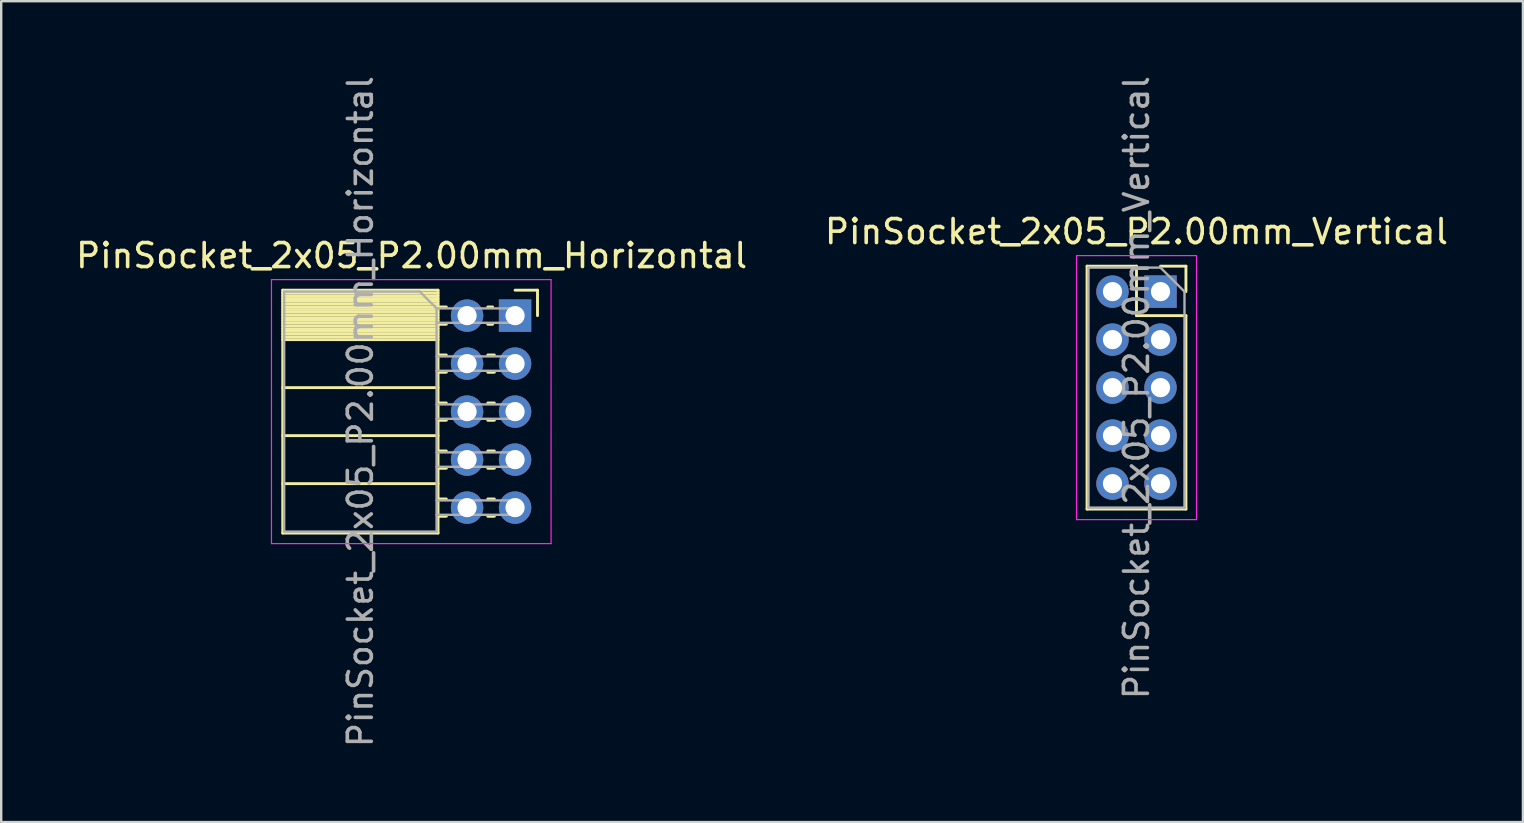
<source format=kicad_pcb>
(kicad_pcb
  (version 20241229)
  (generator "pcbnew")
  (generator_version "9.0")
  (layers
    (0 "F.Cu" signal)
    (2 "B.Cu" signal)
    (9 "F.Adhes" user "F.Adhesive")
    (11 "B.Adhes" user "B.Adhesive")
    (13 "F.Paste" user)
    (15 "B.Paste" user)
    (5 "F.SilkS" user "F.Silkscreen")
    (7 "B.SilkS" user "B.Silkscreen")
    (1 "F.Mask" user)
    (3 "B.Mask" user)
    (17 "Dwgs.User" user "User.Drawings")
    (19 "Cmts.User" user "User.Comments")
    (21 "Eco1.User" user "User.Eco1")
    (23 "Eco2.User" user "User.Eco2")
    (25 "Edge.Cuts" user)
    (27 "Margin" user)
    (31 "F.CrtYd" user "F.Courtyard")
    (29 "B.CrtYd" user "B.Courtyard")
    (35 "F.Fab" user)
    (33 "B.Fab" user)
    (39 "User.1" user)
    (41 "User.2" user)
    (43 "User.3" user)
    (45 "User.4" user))
  (footprint "PinSocket_2x05_P2.00mm_Horizontal"
    (layer "F.Cu")
    (at 18.411 10.101)
    (property "Reference" "PinSocket_2x05_P2.00mm_Horizontal" (at -4.31 -2.5 0) (layer "F.SilkS") (effects (font (size 1 1) (thickness 0.15))))
    (attr through_hole)
    (fp_line (start -9.68 -1.06) (end -9.68 9.06) (stroke (width 0.12) (type solid)) (layer "F.SilkS"))
    (fp_line (start -9.68 -1.06) (end -3.21 -1.06) (stroke (width 0.12) (type solid)) (layer "F.SilkS"))
    (fp_line (start -9.68 -0.94) (end -3.21 -0.94) (stroke (width 0.12) (type solid)) (layer "F.SilkS"))
    (fp_line (start -9.68 -0.826) (end -3.21 -0.826) (stroke (width 0.12) (type solid)) (layer "F.SilkS"))
    (fp_line (start -9.68 -0.712) (end -3.21 -0.712) (stroke (width 0.12) (type solid)) (layer "F.SilkS"))
    (fp_line (start -9.68 -0.598) (end -3.21 -0.598) (stroke (width 0.12) (type solid)) (layer "F.SilkS"))
    (fp_line (start -9.68 -0.484) (end -3.21 -0.484) (stroke (width 0.12) (type solid)) (layer "F.SilkS"))
    (fp_line (start -9.68 -0.369) (end -3.21 -0.369) (stroke (width 0.12) (type solid)) (layer "F.SilkS"))
    (fp_line (start -9.68 -0.255) (end -3.21 -0.255) (stroke (width 0.12) (type solid)) (layer "F.SilkS"))
    (fp_line (start -9.68 -0.141) (end -3.21 -0.141) (stroke (width 0.12) (type solid)) (layer "F.SilkS"))
    (fp_line (start -9.68 -0.027) (end -3.21 -0.027) (stroke (width 0.12) (type solid)) (layer "F.SilkS"))
    (fp_line (start -9.68 0.087) (end -3.21 0.087) (stroke (width 0.12) (type solid)) (layer "F.SilkS"))
    (fp_line (start -9.68 0.201) (end -3.21 0.201) (stroke (width 0.12) (type solid)) (layer "F.SilkS"))
    (fp_line (start -9.68 0.315) (end -3.21 0.315) (stroke (width 0.12) (type solid)) (layer "F.SilkS"))
    (fp_line (start -9.68 0.429) (end -3.21 0.429) (stroke (width 0.12) (type solid)) (layer "F.SilkS"))
    (fp_line (start -9.68 0.544) (end -3.21 0.544) (stroke (width 0.12) (type solid)) (layer "F.SilkS"))
    (fp_line (start -9.68 0.658) (end -3.21 0.658) (stroke (width 0.12) (type solid)) (layer "F.SilkS"))
    (fp_line (start -9.68 0.772) (end -3.21 0.772) (stroke (width 0.12) (type solid)) (layer "F.SilkS"))
    (fp_line (start -9.68 0.886) (end -3.21 0.886) (stroke (width 0.12) (type solid)) (layer "F.SilkS"))
    (fp_line (start -9.68 1) (end -3.21 1) (stroke (width 0.12) (type solid)) (layer "F.SilkS"))
    (fp_line (start -9.68 3) (end -3.21 3) (stroke (width 0.12) (type solid)) (layer "F.SilkS"))
    (fp_line (start -9.68 5) (end -3.21 5) (stroke (width 0.12) (type solid)) (layer "F.SilkS"))
    (fp_line (start -9.68 7) (end -3.21 7) (stroke (width 0.12) (type solid)) (layer "F.SilkS"))
    (fp_line (start -9.68 9.06) (end -3.21 9.06) (stroke (width 0.12) (type solid)) (layer "F.SilkS"))
    (fp_line (start -3.21 -1.06) (end -3.21 9.06) (stroke (width 0.12) (type solid)) (layer "F.SilkS"))
    (fp_line (start -3.21 -0.36) (end -2.863 -0.36) (stroke (width 0.12) (type solid)) (layer "F.SilkS"))
    (fp_line (start -3.21 0.36) (end -2.863 0.36) (stroke (width 0.12) (type solid)) (layer "F.SilkS"))
    (fp_line (start -3.21 1.64) (end -2.863 1.64) (stroke (width 0.12) (type solid)) (layer "F.SilkS"))
    (fp_line (start -3.21 2.36) (end -2.863 2.36) (stroke (width 0.12) (type solid)) (layer "F.SilkS"))
    (fp_line (start -3.21 3.64) (end -2.863 3.64) (stroke (width 0.12) (type solid)) (layer "F.SilkS"))
    (fp_line (start -3.21 4.36) (end -2.863 4.36) (stroke (width 0.12) (type solid)) (layer "F.SilkS"))
    (fp_line (start -3.21 5.64) (end -2.863 5.64) (stroke (width 0.12) (type solid)) (layer "F.SilkS"))
    (fp_line (start -3.21 6.36) (end -2.863 6.36) (stroke (width 0.12) (type solid)) (layer "F.SilkS"))
    (fp_line (start -3.21 7.64) (end -2.863 7.64) (stroke (width 0.12) (type solid)) (layer "F.SilkS"))
    (fp_line (start -3.21 8.36) (end -2.863 8.36) (stroke (width 0.12) (type solid)) (layer "F.SilkS"))
    (fp_line (start -1.137 -0.36) (end -0.935 -0.36) (stroke (width 0.12) (type solid)) (layer "F.SilkS"))
    (fp_line (start -1.137 0.36) (end -0.935 0.36) (stroke (width 0.12) (type solid)) (layer "F.SilkS"))
    (fp_line (start -1.137 1.64) (end -0.863 1.64) (stroke (width 0.12) (type solid)) (layer "F.SilkS"))
    (fp_line (start -1.137 2.36) (end -0.863 2.36) (stroke (width 0.12) (type solid)) (layer "F.SilkS"))
    (fp_line (start -1.137 3.64) (end -0.863 3.64) (stroke (width 0.12) (type solid)) (layer "F.SilkS"))
    (fp_line (start -1.137 4.36) (end -0.863 4.36) (stroke (width 0.12) (type solid)) (layer "F.SilkS"))
    (fp_line (start -1.137 5.64) (end -0.863 5.64) (stroke (width 0.12) (type solid)) (layer "F.SilkS"))
    (fp_line (start -1.137 6.36) (end -0.863 6.36) (stroke (width 0.12) (type solid)) (layer "F.SilkS"))
    (fp_line (start -1.137 7.64) (end -0.863 7.64) (stroke (width 0.12) (type solid)) (layer "F.SilkS"))
    (fp_line (start -1.137 8.36) (end -0.863 8.36) (stroke (width 0.12) (type solid)) (layer "F.SilkS"))
    (fp_line (start 0 -1.06) (end 0.935 -1.06) (stroke (width 0.12) (type solid)) (layer "F.SilkS"))
    (fp_line (start 0.935 -1.06) (end 0.935 0) (stroke (width 0.12) (type solid)) (layer "F.SilkS"))
    (fp_line (start -10.15 -1.5) (end -10.15 9.5) (stroke (width 0.05) (type solid)) (layer "F.CrtYd"))
    (fp_line (start -10.15 9.5) (end 1.5 9.5) (stroke (width 0.05) (type solid)) (layer "F.CrtYd"))
    (fp_line (start 1.5 -1.5) (end -10.15 -1.5) (stroke (width 0.05) (type solid)) (layer "F.CrtYd"))
    (fp_line (start 1.5 9.5) (end 1.5 -1.5) (stroke (width 0.05) (type solid)) (layer "F.CrtYd"))
    (fp_line (start -9.62 -1) (end -3.97 -1) (stroke (width 0.1) (type solid)) (layer "F.Fab"))
    (fp_line (start -9.62 9) (end -9.62 -1) (stroke (width 0.1) (type solid)) (layer "F.Fab"))
    (fp_line (start -3.97 -1) (end -3.27 -0.3) (stroke (width 0.1) (type solid)) (layer "F.Fab"))
    (fp_line (start -3.27 -0.3) (end -3.27 9) (stroke (width 0.1) (type solid)) (layer "F.Fab"))
    (fp_line (start -3.27 0.3) (end 0 0.3) (stroke (width 0.1) (type solid)) (layer "F.Fab"))
    (fp_line (start -3.27 2.3) (end 0 2.3) (stroke (width 0.1) (type solid)) (layer "F.Fab"))
    (fp_line (start -3.27 4.3) (end 0 4.3) (stroke (width 0.1) (type solid)) (layer "F.Fab"))
    (fp_line (start -3.27 6.3) (end 0 6.3) (stroke (width 0.1) (type solid)) (layer "F.Fab"))
    (fp_line (start -3.27 8.3) (end 0 8.3) (stroke (width 0.1) (type solid)) (layer "F.Fab"))
    (fp_line (start -3.27 9) (end -9.62 9) (stroke (width 0.1) (type solid)) (layer "F.Fab"))
    (fp_line (start 0 -0.3) (end -3.27 -0.3) (stroke (width 0.1) (type solid)) (layer "F.Fab"))
    (fp_line (start 0 0.3) (end 0 -0.3) (stroke (width 0.1) (type solid)) (layer "F.Fab"))
    (fp_line (start 0 1.7) (end -3.27 1.7) (stroke (width 0.1) (type solid)) (layer "F.Fab"))
    (fp_line (start 0 2.3) (end 0 1.7) (stroke (width 0.1) (type solid)) (layer "F.Fab"))
    (fp_line (start 0 3.7) (end -3.27 3.7) (stroke (width 0.1) (type solid)) (layer "F.Fab"))
    (fp_line (start 0 4.3) (end 0 3.7) (stroke (width 0.1) (type solid)) (layer "F.Fab"))
    (fp_line (start 0 5.7) (end -3.27 5.7) (stroke (width 0.1) (type solid)) (layer "F.Fab"))
    (fp_line (start 0 6.3) (end 0 5.7) (stroke (width 0.1) (type solid)) (layer "F.Fab"))
    (fp_line (start 0 7.7) (end -3.27 7.7) (stroke (width 0.1) (type solid)) (layer "F.Fab"))
    (fp_line (start 0 8.3) (end 0 7.7) (stroke (width 0.1) (type solid)) (layer "F.Fab"))
    (fp_text user "${REFERENCE}" (at -6.445 4 90) (layer "F.Fab") (effects (font (size 1 1) (thickness 0.15))))
    (pad "1" thru_hole rect (at 0 0) (size 1.35 1.35) (drill 0.8) (layers "*.Cu" "*.Mask"))
    (pad "2" thru_hole oval (at -2 0) (size 1.35 1.35) (drill 0.8) (layers "*.Cu" "*.Mask"))
    (pad "3" thru_hole oval (at 0 2) (size 1.35 1.35) (drill 0.8) (layers "*.Cu" "*.Mask"))
    (pad "4" thru_hole oval (at -2 2) (size 1.35 1.35) (drill 0.8) (layers "*.Cu" "*.Mask"))
    (pad "5" thru_hole oval (at 0 4) (size 1.35 1.35) (drill 0.8) (layers "*.Cu" "*.Mask"))
    (pad "6" thru_hole oval (at -2 4) (size 1.35 1.35) (drill 0.8) (layers "*.Cu" "*.Mask"))
    (pad "7" thru_hole oval (at 0 6) (size 1.35 1.35) (drill 0.8) (layers "*.Cu" "*.Mask"))
    (pad "8" thru_hole oval (at -2 6) (size 1.35 1.35) (drill 0.8) (layers "*.Cu" "*.Mask"))
    (pad "9" thru_hole oval (at 0 8) (size 1.35 1.35) (drill 0.8) (layers "*.Cu" "*.Mask"))
    (pad "10" thru_hole oval (at -2 8) (size 1.35 1.35) (drill 0.8) (layers "*.Cu" "*.Mask")))
  (footprint "PinSocket_2x05_P2.00mm_Vertical"
    (layer "F.Cu")
    (at 45.304 9.101)
    (property "Reference" "PinSocket_2x05_P2.00mm_Vertical" (at -1 -2.5 0) (layer "F.SilkS") (effects (font (size 1 1) (thickness 0.15))))
    (attr through_hole)
    (fp_line (start -3.06 -1.06) (end -3.06 9.06) (stroke (width 0.12) (type solid)) (layer "F.SilkS"))
    (fp_line (start -3.06 -1.06) (end -1 -1.06) (stroke (width 0.12) (type solid)) (layer "F.SilkS"))
    (fp_line (start -3.06 9.06) (end 1.06 9.06) (stroke (width 0.12) (type solid)) (layer "F.SilkS"))
    (fp_line (start -1 -1.06) (end -1 1) (stroke (width 0.12) (type solid)) (layer "F.SilkS"))
    (fp_line (start -1 1) (end 1.06 1) (stroke (width 0.12) (type solid)) (layer "F.SilkS"))
    (fp_line (start 0 -1.06) (end 1.06 -1.06) (stroke (width 0.12) (type solid)) (layer "F.SilkS"))
    (fp_line (start 1.06 -1.06) (end 1.06 0) (stroke (width 0.12) (type solid)) (layer "F.SilkS"))
    (fp_line (start 1.06 1) (end 1.06 9.06) (stroke (width 0.12) (type solid)) (layer "F.SilkS"))
    (fp_line (start -3.5 -1.5) (end 1.5 -1.5) (stroke (width 0.05) (type solid)) (layer "F.CrtYd"))
    (fp_line (start -3.5 9.5) (end -3.5 -1.5) (stroke (width 0.05) (type solid)) (layer "F.CrtYd"))
    (fp_line (start 1.5 -1.5) (end 1.5 9.5) (stroke (width 0.05) (type solid)) (layer "F.CrtYd"))
    (fp_line (start 1.5 9.5) (end -3.5 9.5) (stroke (width 0.05) (type solid)) (layer "F.CrtYd"))
    (fp_line (start -3 -1) (end 0 -1) (stroke (width 0.1) (type solid)) (layer "F.Fab"))
    (fp_line (start -3 9) (end -3 -1) (stroke (width 0.1) (type solid)) (layer "F.Fab"))
    (fp_line (start 0 -1) (end 1 0) (stroke (width 0.1) (type solid)) (layer "F.Fab"))
    (fp_line (start 1 0) (end 1 9) (stroke (width 0.1) (type solid)) (layer "F.Fab"))
    (fp_line (start 1 9) (end -3 9) (stroke (width 0.1) (type solid)) (layer "F.Fab"))
    (fp_text user "${REFERENCE}" (at -1 4 90) (layer "F.Fab") (effects (font (size 1 1) (thickness 0.15))))
    (pad "1" thru_hole rect (at 0 0) (size 1.35 1.35) (drill 0.8) (layers "*.Cu" "*.Mask"))
    (pad "2" thru_hole oval (at -2 0) (size 1.35 1.35) (drill 0.8) (layers "*.Cu" "*.Mask"))
    (pad "3" thru_hole oval (at 0 2) (size 1.35 1.35) (drill 0.8) (layers "*.Cu" "*.Mask"))
    (pad "4" thru_hole oval (at -2 2) (size 1.35 1.35) (drill 0.8) (layers "*.Cu" "*.Mask"))
    (pad "5" thru_hole oval (at 0 4) (size 1.35 1.35) (drill 0.8) (layers "*.Cu" "*.Mask"))
    (pad "6" thru_hole oval (at -2 4) (size 1.35 1.35) (drill 0.8) (layers "*.Cu" "*.Mask"))
    (pad "7" thru_hole oval (at 0 6) (size 1.35 1.35) (drill 0.8) (layers "*.Cu" "*.Mask"))
    (pad "8" thru_hole oval (at -2 6) (size 1.35 1.35) (drill 0.8) (layers "*.Cu" "*.Mask"))
    (pad "9" thru_hole oval (at 0 8) (size 1.35 1.35) (drill 0.8) (layers "*.Cu" "*.Mask"))
    (pad "10" thru_hole oval (at -2 8) (size 1.35 1.35) (drill 0.8) (layers "*.Cu" "*.Mask")))
  (gr_rect
    (start -3 -3)
    (end 60.405 31.202)
    (stroke (width 0.1) (type default))
    (fill no)
    (layer "Edge.Cuts")))
</source>
